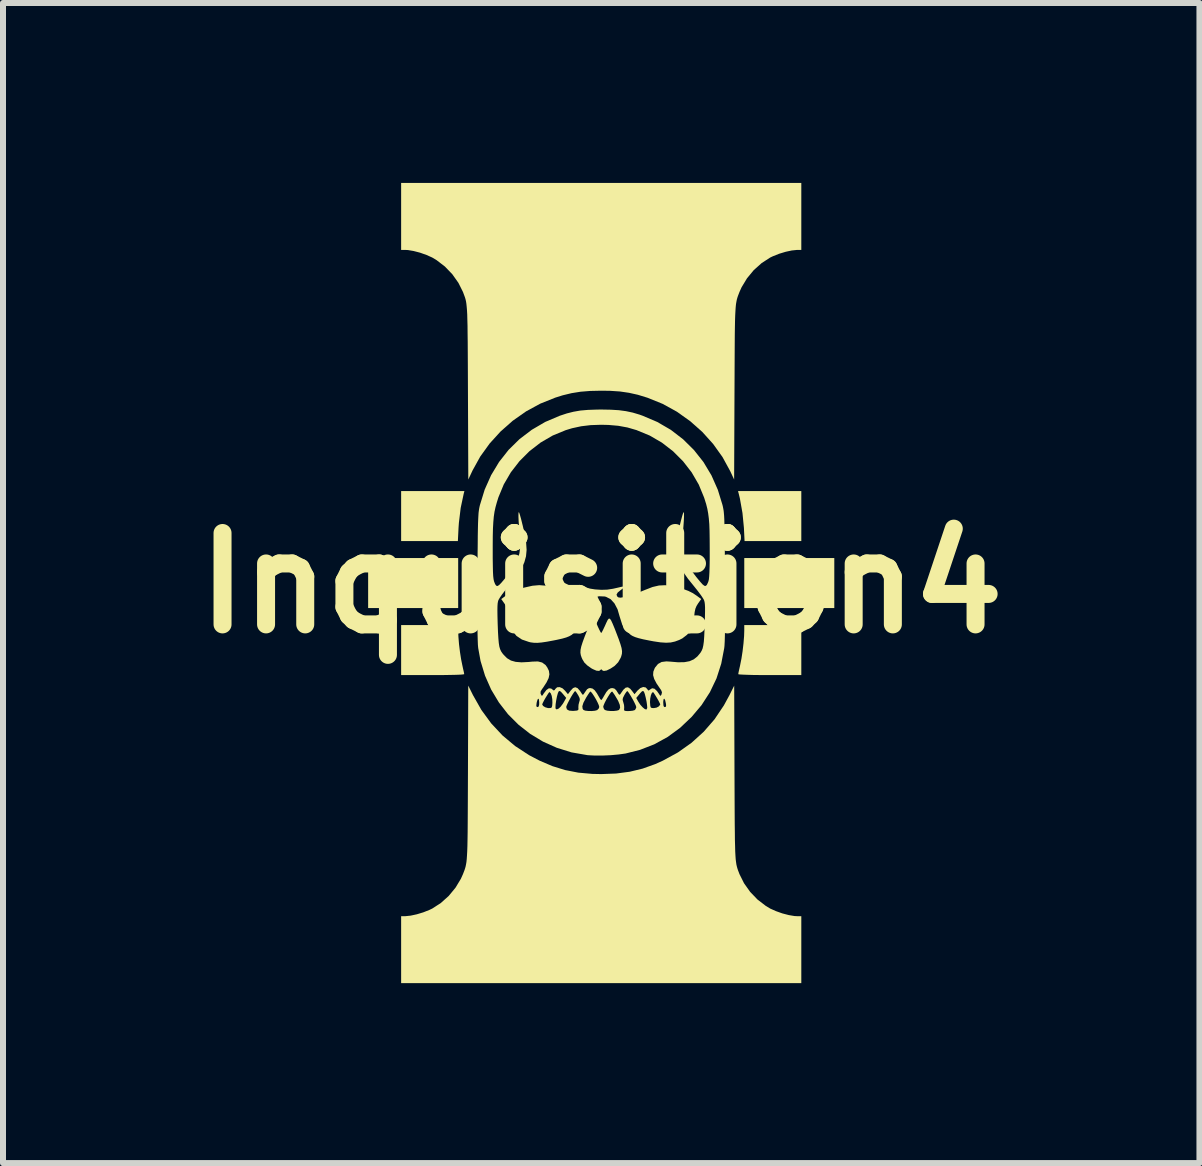
<source format=kicad_pcb>
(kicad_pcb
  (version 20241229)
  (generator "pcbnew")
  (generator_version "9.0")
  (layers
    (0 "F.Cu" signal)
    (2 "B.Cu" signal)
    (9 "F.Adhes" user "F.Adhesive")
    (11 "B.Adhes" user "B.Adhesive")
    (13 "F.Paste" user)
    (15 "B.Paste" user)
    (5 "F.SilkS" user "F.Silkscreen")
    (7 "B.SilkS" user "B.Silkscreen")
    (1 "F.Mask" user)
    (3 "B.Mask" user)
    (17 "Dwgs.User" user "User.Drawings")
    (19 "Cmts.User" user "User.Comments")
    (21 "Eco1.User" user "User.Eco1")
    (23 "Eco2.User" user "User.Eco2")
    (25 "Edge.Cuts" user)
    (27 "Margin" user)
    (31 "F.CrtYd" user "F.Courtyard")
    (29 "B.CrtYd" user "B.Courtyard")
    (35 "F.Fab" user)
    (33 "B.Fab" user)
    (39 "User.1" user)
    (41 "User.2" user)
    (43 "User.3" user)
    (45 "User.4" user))
  (footprint "Inquisition4"
    (layer "F.Cu")
    (at 6.974 6.671)
    (property "Reference" "Inquisition4" (at 0 0 0) (layer "F.SilkS") (effects (font (size 1.524 1.524) (thickness 0.3))))
    (attr board_only exclude_from_pos_files exclude_from_bom)
    (fp_poly (pts (xy -2.385 0.417) (xy -3.886 0.417) (xy -3.886 -0.417) (xy -2.385 -0.417)) (stroke (width 0) (type solid)) (fill yes) (layer "F.SilkS"))
    (fp_poly (pts (xy 3.886 0.417) (xy 2.385 0.417) (xy 2.385 -0.417) (xy 3.886 -0.417)) (stroke (width 0) (type solid)) (fill yes) (layer "F.SilkS"))
    (fp_poly (pts (xy -2.293 -1.488) (xy -2.343 -1.253) (xy -2.373 -1.005) (xy -2.379 -0.921) (xy -2.39 -0.7) (xy -3.336 -0.7) (xy -3.336 -1.534) (xy -2.281 -1.534)) (stroke (width 0) (type solid)) (fill yes) (layer "F.SilkS"))
    (fp_poly (pts (xy 3.336 -0.7) (xy 2.39 -0.7) (xy 2.379 -0.921) (xy 2.355 -1.168) (xy 2.312 -1.41) (xy 2.293 -1.488) (xy 2.281 -1.534) (xy 3.336 -1.534)) (stroke (width 0) (type solid)) (fill yes) (layer "F.SilkS"))
    (fp_poly (pts (xy -2.385 0.79) (xy -2.381 0.895) (xy -2.371 1.019) (xy -2.355 1.149) (xy -2.336 1.271) (xy -2.317 1.365) (xy -2.303 1.43) (xy -2.291 1.482) (xy -2.285 1.514) (xy -2.285 1.519) (xy -2.301 1.523) (xy -2.347 1.527) (xy -2.421 1.53) (xy -2.519 1.532) (xy -2.638 1.534) (xy -2.775 1.534) (xy -2.81 1.534) (xy -3.336 1.534) (xy -3.336 0.7) (xy -2.385 0.7)) (stroke (width 0) (type solid)) (fill yes) (layer "F.SilkS"))
    (fp_poly (pts (xy 3.336 1.534) (xy 2.81 1.534) (xy 2.669 1.534) (xy 2.546 1.533) (xy 2.442 1.53) (xy 2.363 1.527) (xy 2.309 1.524) (xy 2.286 1.52) (xy 2.285 1.519) (xy 2.288 1.497) (xy 2.298 1.45) (xy 2.312 1.389) (xy 2.317 1.365) (xy 2.338 1.26) (xy 2.357 1.136) (xy 2.372 1.007) (xy 2.382 0.884) (xy 2.385 0.79) (xy 2.385 0.7) (xy 3.336 0.7)) (stroke (width 0) (type solid)) (fill yes) (layer "F.SilkS"))
    (fp_poly (pts (xy -0.119 0.6) (xy -0.099 0.631) (xy -0.074 0.685) (xy -0.057 0.725) (xy -0.032 0.778) (xy -0.012 0.817) (xy -0.000429 0.833) (xy 0 0.833) (xy 0.01 0.819) (xy 0.03 0.782) (xy 0.054 0.73) (xy 0.057 0.725) (xy 0.086 0.66) (xy 0.108 0.615) (xy 0.127 0.593) (xy 0.145 0.595) (xy 0.165 0.623) (xy 0.19 0.677) (xy 0.224 0.759) (xy 0.248 0.821) (xy 0.29 0.931) (xy 0.32 1.017) (xy 0.339 1.083) (xy 0.347 1.135) (xy 0.345 1.179) (xy 0.334 1.221) (xy 0.324 1.247) (xy 0.283 1.32) (xy 0.224 1.381) (xy 0.156 1.426) (xy 0.091 1.458) (xy 0.042 1.466) (xy 0.013 1.452) (xy 0.01 1.447) (xy -0.001 1.435) (xy -0.01 1.447) (xy -0.035 1.465) (xy -0.08 1.461) (xy -0.14 1.435) (xy -0.167 1.42) (xy -0.234 1.372) (xy -0.28 1.327) (xy -0.313 1.273) (xy -0.325 1.247) (xy -0.34 1.204) (xy -0.347 1.162) (xy -0.345 1.115) (xy -0.333 1.058) (xy -0.31 0.985) (xy -0.275 0.89) (xy -0.248 0.821) (xy -0.208 0.721) (xy -0.179 0.651) (xy -0.156 0.608) (xy -0.137 0.591)) (stroke (width 0) (type solid)) (fill yes) (layer "F.SilkS"))
    (fp_poly (pts (xy 2.222 3.169) (xy 2.223 3.425) (xy 2.224 3.65) (xy 2.225 3.845) (xy 2.226 4.015) (xy 2.228 4.16) (xy 2.229 4.284) (xy 2.232 4.387) (xy 2.234 4.474) (xy 2.238 4.546) (xy 2.242 4.605) (xy 2.248 4.653) (xy 2.254 4.694) (xy 2.262 4.728) (xy 2.271 4.76) (xy 2.281 4.79) (xy 2.293 4.821) (xy 2.305 4.853) (xy 2.381 5.005) (xy 2.483 5.149) (xy 2.606 5.277) (xy 2.744 5.383) (xy 2.817 5.427) (xy 2.913 5.47) (xy 3.02 5.508) (xy 3.128 5.536) (xy 3.223 5.552) (xy 3.263 5.554) (xy 3.336 5.554) (xy 3.336 6.671) (xy -3.336 6.671) (xy -3.336 5.554) (xy -3.263 5.554) (xy -3.177 5.545) (xy -3.075 5.523) (xy -2.966 5.49) (xy -2.863 5.449) (xy -2.817 5.427) (xy -2.675 5.335) (xy -2.543 5.217) (xy -2.43 5.08) (xy -2.34 4.931) (xy -2.305 4.853) (xy -2.292 4.819) (xy -2.28 4.788) (xy -2.27 4.758) (xy -2.261 4.726) (xy -2.254 4.691) (xy -2.247 4.65) (xy -2.242 4.601) (xy -2.238 4.541) (xy -2.234 4.469) (xy -2.231 4.381) (xy -2.229 4.276) (xy -2.227 4.151) (xy -2.226 4.005) (xy -2.225 3.834) (xy -2.224 3.636) (xy -2.223 3.409) (xy -2.222 3.169) (xy -2.217 1.71) (xy -2.138 1.869) (xy -1.998 2.116) (xy -1.834 2.34) (xy -1.647 2.54) (xy -1.436 2.717) (xy -1.202 2.87) (xy -1.028 2.961) (xy -0.815 3.052) (xy -0.602 3.118) (xy -0.382 3.161) (xy -0.148 3.182) (xy 0 3.185) (xy 0.247 3.176) (xy 0.475 3.146) (xy 0.69 3.094) (xy 0.902 3.018) (xy 1.028 2.961) (xy 1.279 2.824) (xy 1.506 2.663) (xy 1.709 2.479) (xy 1.889 2.272) (xy 2.045 2.04) (xy 2.138 1.869) (xy 2.217 1.71)) (stroke (width 0) (type solid)) (fill yes) (layer "F.SilkS"))
    (fp_poly (pts (xy 3.336 -5.554) (xy 3.263 -5.554) (xy 3.177 -5.545) (xy 3.075 -5.523) (xy 2.966 -5.49) (xy 2.863 -5.449) (xy 2.817 -5.427) (xy 2.675 -5.335) (xy 2.543 -5.217) (xy 2.43 -5.08) (xy 2.34 -4.931) (xy 2.305 -4.853) (xy 2.292 -4.819) (xy 2.28 -4.788) (xy 2.27 -4.758) (xy 2.261 -4.726) (xy 2.254 -4.691) (xy 2.247 -4.65) (xy 2.242 -4.6) (xy 2.238 -4.541) (xy 2.234 -4.468) (xy 2.231 -4.38) (xy 2.229 -4.274) (xy 2.227 -4.149) (xy 2.226 -4.002) (xy 2.225 -3.83) (xy 2.224 -3.632) (xy 2.223 -3.404) (xy 2.222 -3.177) (xy 2.216 -1.726) (xy 2.15 -1.867) (xy 2.022 -2.101) (xy 1.866 -2.319) (xy 1.685 -2.52) (xy 1.482 -2.7) (xy 1.261 -2.857) (xy 1.025 -2.987) (xy 0.776 -3.088) (xy 0.767 -3.091) (xy 0.611 -3.139) (xy 0.463 -3.172) (xy 0.312 -3.194) (xy 0.147 -3.205) (xy 0 -3.207) (xy -0.183 -3.203) (xy -0.344 -3.19) (xy -0.494 -3.166) (xy -0.643 -3.13) (xy -0.767 -3.091) (xy -1.016 -2.991) (xy -1.253 -2.862) (xy -1.475 -2.706) (xy -1.678 -2.527) (xy -1.86 -2.327) (xy -2.017 -2.109) (xy -2.146 -1.876) (xy -2.15 -1.867) (xy -2.216 -1.726) (xy -2.222 -3.177) (xy -2.223 -3.432) (xy -2.224 -3.656) (xy -2.225 -3.851) (xy -2.226 -4.02) (xy -2.228 -4.165) (xy -2.229 -4.287) (xy -2.232 -4.391) (xy -2.234 -4.477) (xy -2.238 -4.548) (xy -2.243 -4.607) (xy -2.248 -4.655) (xy -2.254 -4.695) (xy -2.262 -4.73) (xy -2.271 -4.761) (xy -2.282 -4.791) (xy -2.294 -4.823) (xy -2.305 -4.853) (xy -2.381 -5.005) (xy -2.483 -5.149) (xy -2.606 -5.277) (xy -2.744 -5.383) (xy -2.817 -5.427) (xy -2.913 -5.47) (xy -3.02 -5.508) (xy -3.128 -5.536) (xy -3.223 -5.552) (xy -3.263 -5.554) (xy -3.336 -5.554) (xy -3.336 -6.671) (xy 3.336 -6.671)) (stroke (width 0) (type solid)) (fill yes) (layer "F.SilkS"))
    (fp_poly (pts (xy -0.933 0.043) (xy -0.839 0.071) (xy -0.826 0.077) (xy -0.721 0.12) (xy -0.617 0.16) (xy -0.521 0.194) (xy -0.437 0.221) (xy -0.372 0.24) (xy -0.33 0.247) (xy -0.322 0.247) (xy -0.282 0.232) (xy -0.26 0.211) (xy -0.252 0.187) (xy -0.266 0.164) (xy -0.29 0.144) (xy -0.334 0.11) (xy -0.373 0.078) (xy -0.373 0.078) (xy -0.409 0.047) (xy -0.367 0.057) (xy -0.223 0.087) (xy -0.103 0.106) (xy 0.002 0.113) (xy 0.099 0.11) (xy 0.197 0.095) (xy 0.281 0.076) (xy 0.336 0.063) (xy 0.377 0.056) (xy 0.395 0.056) (xy 0.387 0.069) (xy 0.357 0.093) (xy 0.325 0.117) (xy 0.275 0.158) (xy 0.255 0.193) (xy 0.267 0.224) (xy 0.286 0.239) (xy 0.319 0.244) (xy 0.378 0.235) (xy 0.457 0.215) (xy 0.553 0.184) (xy 0.661 0.143) (xy 0.734 0.113) (xy 0.855 0.066) (xy 0.962 0.041) (xy 1.066 0.036) (xy 1.177 0.05) (xy 1.251 0.066) (xy 1.364 0.098) (xy 1.453 0.131) (xy 1.529 0.169) (xy 1.597 0.215) (xy 1.667 0.267) (xy 1.615 0.34) (xy 1.588 0.384) (xy 1.57 0.428) (xy 1.558 0.483) (xy 1.55 0.555) (xy 1.53 0.681) (xy 1.491 0.782) (xy 1.433 0.861) (xy 1.352 0.923) (xy 1.3 0.949) (xy 1.23 0.975) (xy 1.159 0.991) (xy 1.081 0.995) (xy 0.988 0.989) (xy 0.874 0.972) (xy 0.804 0.959) (xy 0.7 0.938) (xy 0.623 0.919) (xy 0.565 0.901) (xy 0.52 0.881) (xy 0.492 0.864) (xy 0.41 0.79) (xy 0.349 0.69) (xy 0.309 0.564) (xy 0.308 0.561) (xy 0.272 0.437) (xy 0.221 0.34) (xy 0.158 0.27) (xy 0.081 0.23) (xy 0.058 0.224) (xy -0.038 0.22) (xy -0.122 0.248) (xy -0.194 0.305) (xy -0.252 0.391) (xy -0.295 0.505) (xy -0.308 0.561) (xy -0.348 0.687) (xy -0.408 0.788) (xy -0.49 0.862) (xy -0.491 0.863) (xy -0.533 0.887) (xy -0.583 0.907) (xy -0.649 0.926) (xy -0.738 0.946) (xy -0.793 0.957) (xy -0.906 0.978) (xy -0.994 0.991) (xy -1.064 0.997) (xy -1.122 0.996) (xy -1.176 0.989) (xy -1.205 0.982) (xy -1.322 0.942) (xy -1.413 0.881) (xy -1.481 0.798) (xy -1.526 0.691) (xy -1.55 0.558) (xy -1.55 0.555) (xy -1.559 0.479) (xy -1.571 0.425) (xy -1.589 0.381) (xy -1.615 0.34) (xy -1.667 0.267) (xy -1.597 0.215) (xy -1.538 0.175) (xy -1.486 0.144) (xy -1.43 0.12) (xy -1.36 0.097) (xy -1.28 0.075) (xy -1.147 0.045) (xy -1.034 0.035)) (stroke (width 0) (type solid)) (fill yes) (layer "F.SilkS"))
    (fp_poly (pts (xy 0.159 -2.89) (xy 0.293 -2.882) (xy 0.412 -2.866) (xy 0.525 -2.842) (xy 0.639 -2.808) (xy 0.692 -2.789) (xy 0.936 -2.685) (xy 1.161 -2.554) (xy 1.365 -2.397) (xy 1.546 -2.218) (xy 1.705 -2.017) (xy 1.838 -1.795) (xy 1.944 -1.555) (xy 2.022 -1.301) (xy 2.029 -1.271) (xy 2.035 -1.24) (xy 2.041 -1.206) (xy 2.045 -1.167) (xy 2.049 -1.119) (xy 2.052 -1.06) (xy 2.054 -0.986) (xy 2.056 -0.896) (xy 2.058 -0.786) (xy 2.06 -0.653) (xy 2.061 -0.496) (xy 2.062 -0.31) (xy 2.064 -0.109) (xy 2.065 0.151) (xy 2.065 0.378) (xy 2.065 0.574) (xy 2.064 0.737) (xy 2.062 0.87) (xy 2.059 0.973) (xy 2.055 1.047) (xy 2.051 1.084) (xy 2.001 1.344) (xy 1.922 1.59) (xy 1.812 1.82) (xy 1.673 2.035) (xy 1.507 2.232) (xy 1.314 2.415) (xy 1.106 2.567) (xy 0.884 2.689) (xy 0.647 2.781) (xy 0.406 2.842) (xy 0.292 2.858) (xy 0.16 2.87) (xy 0.021 2.876) (xy -0.11 2.876) (xy -0.223 2.87) (xy -0.237 2.868) (xy -0.495 2.823) (xy -0.74 2.747) (xy -0.97 2.644) (xy -1.184 2.515) (xy -1.379 2.362) (xy -1.554 2.187) (xy -1.662 2.048) (xy -1.082 2.048) (xy -1.074 2.065) (xy -1.061 2.068) (xy -1.044 2.06) (xy -1.036 2.033) (xy -1.035 2.024) (xy -0.984 2.024) (xy -0.969 2.049) (xy -0.934 2.071) (xy -0.889 2.084) (xy -0.875 2.085) (xy -0.842 2.083) (xy -0.825 2.073) (xy -0.824 2.069) (xy -0.763 2.069) (xy -0.761 2.094) (xy -0.743 2.107) (xy -0.713 2.095) (xy -0.682 2.067) (xy -0.584 2.067) (xy -0.572 2.106) (xy -0.535 2.127) (xy -0.471 2.132) (xy -0.459 2.131) (xy -0.41 2.127) (xy -0.386 2.119) (xy -0.379 2.102) (xy -0.381 2.079) (xy -0.38 2.054) (xy -0.315 2.054) (xy -0.31 2.096) (xy -0.297 2.115) (xy -0.268 2.127) (xy -0.218 2.133) (xy -0.16 2.134) (xy -0.105 2.129) (xy -0.066 2.118) (xy -0.066 2.117) (xy -0.039 2.088) (xy -0.033 2.064) (xy -0.033 2.064) (xy 0.033 2.064) (xy 0.046 2.101) (xy 0.063 2.117) (xy 0.099 2.128) (xy 0.152 2.133) (xy 0.211 2.133) (xy 0.262 2.127) (xy 0.295 2.117) (xy 0.297 2.115) (xy 0.315 2.08) (xy 0.31 2.032) (xy 0.283 1.966) (xy 0.273 1.948) (xy 0.357 1.948) (xy 0.366 1.982) (xy 0.367 1.984) (xy 0.38 2.032) (xy 0.383 2.071) (xy 0.381 2.106) (xy 0.382 2.122) (xy 0.398 2.131) (xy 0.435 2.135) (xy 0.482 2.133) (xy 0.527 2.128) (xy 0.559 2.118) (xy 0.564 2.115) (xy 0.582 2.081) (xy 0.584 2.067) (xy 0.576 2.041) (xy 0.556 1.998) (xy 0.529 1.945) (xy 0.512 1.916) (xy 0.584 1.916) (xy 0.619 1.979) (xy 0.652 2.029) (xy 0.69 2.071) (xy 0.725 2.1) (xy 0.75 2.109) (xy 0.754 2.108) (xy 0.766 2.086) (xy 0.767 2.073) (xy 0.763 2.027) (xy 0.757 1.985) (xy 0.813 1.985) (xy 0.814 1.997) (xy 0.818 2.048) (xy 0.826 2.074) (xy 0.843 2.083) (xy 0.875 2.085) (xy 0.922 2.077) (xy 0.957 2.059) (xy 0.958 2.058) (xy 0.979 2.034) (xy 0.984 2.024) (xy 0.976 2.003) (xy 0.969 1.99) (xy 1.034 1.99) (xy 1.037 2.039) (xy 1.046 2.063) (xy 1.061 2.068) (xy 1.078 2.062) (xy 1.082 2.037) (xy 1.078 2.007) (xy 1.066 1.954) (xy 1.053 1.929) (xy 1.041 1.933) (xy 1.035 1.968) (xy 1.034 1.99) (xy 0.969 1.99) (xy 0.957 1.965) (xy 0.93 1.918) (xy 0.902 1.872) (xy 0.879 1.836) (xy 0.865 1.818) (xy 0.863 1.818) (xy 0.844 1.833) (xy 0.828 1.872) (xy 0.817 1.926) (xy 0.813 1.985) (xy 0.757 1.985) (xy 0.754 1.968) (xy 0.741 1.906) (xy 0.727 1.851) (xy 0.714 1.816) (xy 0.711 1.811) (xy 0.697 1.799) (xy 0.679 1.806) (xy 0.651 1.835) (xy 0.638 1.851) (xy 0.584 1.916) (xy 0.512 1.916) (xy 0.498 1.891) (xy 0.469 1.844) (xy 0.446 1.811) (xy 0.435 1.801) (xy 0.42 1.814) (xy 0.397 1.848) (xy 0.385 1.869) (xy 0.362 1.915) (xy 0.357 1.948) (xy 0.273 1.948) (xy 0.256 1.919) (xy 0.225 1.867) (xy 0.198 1.828) (xy 0.183 1.809) (xy 0.182 1.809) (xy 0.168 1.817) (xy 0.143 1.848) (xy 0.114 1.894) (xy 0.083 1.947) (xy 0.057 1.998) (xy 0.039 2.041) (xy 0.033 2.064) (xy -0.033 2.064) (xy -0.041 2.035) (xy -0.061 1.99) (xy -0.088 1.938) (xy -0.119 1.886) (xy -0.148 1.842) (xy -0.171 1.814) (xy -0.182 1.809) (xy -0.197 1.826) (xy -0.223 1.865) (xy -0.255 1.916) (xy -0.256 1.919) (xy -0.297 1.996) (xy -0.315 2.054) (xy -0.38 2.054) (xy -0.378 2.028) (xy -0.367 1.984) (xy -0.357 1.95) (xy -0.361 1.917) (xy -0.383 1.872) (xy -0.385 1.869) (xy -0.41 1.829) (xy -0.429 1.805) (xy -0.435 1.801) (xy -0.449 1.815) (xy -0.473 1.85) (xy -0.503 1.899) (xy -0.533 1.954) (xy -0.56 2.006) (xy -0.578 2.047) (xy -0.584 2.067) (xy -0.682 2.067) (xy -0.678 2.063) (xy -0.64 2.013) (xy -0.626 1.99) (xy -0.584 1.915) (xy -0.638 1.85) (xy -0.671 1.813) (xy -0.692 1.799) (xy -0.706 1.805) (xy -0.712 1.811) (xy -0.725 1.843) (xy -0.739 1.895) (xy -0.751 1.958) (xy -0.76 2.019) (xy -0.763 2.069) (xy -0.824 2.069) (xy -0.818 2.047) (xy -0.814 1.997) (xy -0.816 1.937) (xy -0.825 1.882) (xy -0.841 1.839) (xy -0.86 1.819) (xy -0.863 1.818) (xy -0.876 1.831) (xy -0.898 1.865) (xy -0.926 1.91) (xy -0.953 1.957) (xy -0.974 1.998) (xy -0.984 2.022) (xy -0.984 2.024) (xy -1.035 2.024) (xy -1.034 1.99) (xy -1.038 1.943) (xy -1.048 1.927) (xy -1.061 1.941) (xy -1.074 1.984) (xy -1.078 2.007) (xy -1.082 2.048) (xy -1.662 2.048) (xy -1.706 1.991) (xy -1.835 1.776) (xy -1.937 1.545) (xy -2.012 1.299) (xy -2.051 1.084) (xy -2.056 1.032) (xy -2.059 0.952) (xy -2.062 0.842) (xy -2.064 0.702) (xy -2.065 0.531) (xy -2.065 0.328) (xy -2.065 0.093) (xy -2.064 -0.109) (xy -2.062 -0.323) (xy -2.061 -0.507) (xy -2.06 -0.567) (xy -1.809 -0.567) (xy -1.809 -0.411) (xy -1.807 -0.286) (xy -1.805 -0.188) (xy -1.801 -0.115) (xy -1.795 -0.064) (xy -1.788 -0.032) (xy -1.788 -0.031) (xy -1.77 0.016) (xy -1.752 0.043) (xy -1.731 0.05) (xy -1.703 0.034) (xy -1.664 -0.006) (xy -1.61 -0.07) (xy -1.583 -0.103) (xy -1.498 -0.215) (xy -1.435 -0.312) (xy -1.391 -0.403) (xy -1.364 -0.495) (xy -1.351 -0.596) (xy -1.352 -0.713) (xy -1.363 -0.855) (xy -1.363 -0.859) (xy -1.371 -0.948) (xy -1.377 -1.033) (xy -1.38 -1.103) (xy -1.38 -1.15) (xy -1.38 -1.151) (xy -1.378 -1.175) (xy -1.373 -1.182) (xy -1.366 -1.168) (xy -1.354 -1.131) (xy -1.336 -1.067) (xy -1.313 -0.974) (xy -1.311 -0.967) (xy -1.274 -0.807) (xy -1.252 -0.671) (xy -1.244 -0.553) (xy -1.254 -0.446) (xy -1.282 -0.345) (xy -1.331 -0.243) (xy -1.4 -0.135) (xy -1.492 -0.013) (xy -1.551 0.058) (xy -1.605 0.127) (xy -1.654 0.191) (xy -1.691 0.245) (xy -1.712 0.281) (xy -1.713 0.282) (xy -1.721 0.307) (xy -1.727 0.341) (xy -1.73 0.389) (xy -1.731 0.454) (xy -1.73 0.542) (xy -1.727 0.658) (xy -1.726 0.691) (xy -1.721 0.82) (xy -1.715 0.92) (xy -1.708 0.998) (xy -1.699 1.057) (xy -1.686 1.102) (xy -1.669 1.139) (xy -1.646 1.173) (xy -1.626 1.197) (xy -1.57 1.253) (xy -1.505 1.292) (xy -1.427 1.314) (xy -1.33 1.322) (xy -1.21 1.316) (xy -1.15 1.31) (xy -1.056 1.307) (xy -0.985 1.325) (xy -0.929 1.366) (xy -0.9 1.406) (xy -0.872 1.464) (xy -0.864 1.522) (xy -0.877 1.585) (xy -0.912 1.657) (xy -0.97 1.746) (xy -0.986 1.767) (xy -1.01 1.807) (xy -1.012 1.839) (xy -1.006 1.854) (xy -0.994 1.878) (xy -0.983 1.878) (xy -0.965 1.852) (xy -0.959 1.842) (xy -0.914 1.783) (xy -0.873 1.755) (xy -0.834 1.759) (xy -0.811 1.777) (xy -0.79 1.792) (xy -0.774 1.781) (xy -0.767 1.768) (xy -0.736 1.738) (xy -0.692 1.735) (xy -0.644 1.756) (xy -0.604 1.794) (xy -0.555 1.853) (xy -0.51 1.794) (xy -0.47 1.751) (xy -0.433 1.737) (xy -0.395 1.752) (xy -0.354 1.798) (xy -0.323 1.845) (xy -0.31 1.862) (xy -0.297 1.858) (xy -0.277 1.829) (xy -0.267 1.814) (xy -0.236 1.771) (xy -0.205 1.753) (xy -0.183 1.751) (xy -0.145 1.759) (xy -0.109 1.787) (xy -0.072 1.838) (xy -0.042 1.89) (xy -0.02 1.928) (xy -0.003 1.949) (xy 0 1.951) (xy 0.013 1.938) (xy 0.034 1.905) (xy 0.042 1.89) (xy 0.084 1.819) (xy 0.12 1.776) (xy 0.156 1.755) (xy 0.183 1.751) (xy 0.219 1.759) (xy 0.249 1.786) (xy 0.267 1.814) (xy 0.291 1.851) (xy 0.306 1.863) (xy 0.318 1.853) (xy 0.323 1.845) (xy 0.369 1.779) (xy 0.408 1.744) (xy 0.445 1.738) (xy 0.483 1.762) (xy 0.51 1.794) (xy 0.555 1.853) (xy 0.604 1.794) (xy 0.652 1.751) (xy 0.7 1.733) (xy 0.742 1.741) (xy 0.767 1.768) (xy 0.784 1.791) (xy 0.801 1.786) (xy 0.811 1.777) (xy 0.849 1.754) (xy 0.888 1.762) (xy 0.93 1.801) (xy 0.959 1.842) (xy 0.98 1.874) (xy 0.992 1.88) (xy 1.003 1.862) (xy 1.006 1.854) (xy 1.013 1.821) (xy 0.999 1.786) (xy 0.986 1.767) (xy 0.923 1.675) (xy 0.883 1.599) (xy 0.865 1.535) (xy 0.869 1.477) (xy 0.892 1.419) (xy 0.9 1.406) (xy 0.947 1.349) (xy 1.007 1.316) (xy 1.086 1.306) (xy 1.15 1.31) (xy 1.282 1.321) (xy 1.388 1.319) (xy 1.473 1.303) (xy 1.543 1.272) (xy 1.603 1.224) (xy 1.626 1.197) (xy 1.654 1.163) (xy 1.675 1.128) (xy 1.691 1.089) (xy 1.702 1.04) (xy 1.711 0.976) (xy 1.717 0.892) (xy 1.722 0.783) (xy 1.726 0.691) (xy 1.729 0.568) (xy 1.731 0.473) (xy 1.731 0.403) (xy 1.728 0.352) (xy 1.723 0.315) (xy 1.715 0.288) (xy 1.713 0.282) (xy 1.693 0.248) (xy 1.657 0.195) (xy 1.609 0.131) (xy 1.554 0.062) (xy 1.551 0.058) (xy 1.446 -0.072) (xy 1.365 -0.187) (xy 1.305 -0.292) (xy 1.267 -0.392) (xy 1.247 -0.495) (xy 1.246 -0.607) (xy 1.26 -0.733) (xy 1.29 -0.879) (xy 1.311 -0.967) (xy 1.335 -1.062) (xy 1.353 -1.128) (xy 1.365 -1.166) (xy 1.373 -1.182) (xy 1.378 -1.176) (xy 1.38 -1.153) (xy 1.38 -1.151) (xy 1.38 -1.105) (xy 1.377 -1.036) (xy 1.371 -0.951) (xy 1.364 -0.862) (xy 1.363 -0.859) (xy 1.352 -0.716) (xy 1.351 -0.599) (xy 1.363 -0.498) (xy 1.39 -0.406) (xy 1.433 -0.315) (xy 1.496 -0.218) (xy 1.581 -0.106) (xy 1.583 -0.103) (xy 1.644 -0.029) (xy 1.688 0.021) (xy 1.72 0.046) (xy 1.744 0.048) (xy 1.762 0.029) (xy 1.78 -0.009) (xy 1.788 -0.031) (xy 1.795 -0.061) (xy 1.8 -0.111) (xy 1.804 -0.182) (xy 1.807 -0.277) (xy 1.809 -0.4) (xy 1.809 -0.554) (xy 1.809 -0.567) (xy 1.808 -0.731) (xy 1.806 -0.868) (xy 1.802 -0.981) (xy 1.794 -1.077) (xy 1.783 -1.162) (xy 1.769 -1.239) (xy 1.75 -1.315) (xy 1.725 -1.395) (xy 1.715 -1.426) (xy 1.626 -1.642) (xy 1.508 -1.845) (xy 1.364 -2.031) (xy 1.198 -2.197) (xy 1.012 -2.341) (xy 0.809 -2.459) (xy 0.593 -2.548) (xy 0.592 -2.549) (xy 0.437 -2.594) (xy 0.284 -2.622) (xy 0.121 -2.636) (xy 0 -2.639) (xy -0.177 -2.633) (xy -0.335 -2.614) (xy -0.487 -2.581) (xy -0.592 -2.549) (xy -0.808 -2.46) (xy -1.011 -2.342) (xy -1.197 -2.198) (xy -1.363 -2.032) (xy -1.507 -1.846) (xy -1.625 -1.644) (xy -1.715 -1.427) (xy -1.715 -1.426) (xy -1.741 -1.343) (xy -1.762 -1.267) (xy -1.779 -1.19) (xy -1.791 -1.109) (xy -1.799 -1.018) (xy -1.805 -0.912) (xy -1.808 -0.784) (xy -1.809 -0.631) (xy -1.809 -0.567) (xy -2.06 -0.567) (xy -2.059 -0.663) (xy -2.058 -0.794) (xy -2.056 -0.902) (xy -2.054 -0.991) (xy -2.051 -1.064) (xy -2.048 -1.122) (xy -2.045 -1.17) (xy -2.04 -1.209) (xy -2.035 -1.242) (xy -2.029 -1.272) (xy -2.022 -1.301) (xy -1.943 -1.558) (xy -1.836 -1.798) (xy -1.703 -2.019) (xy -1.545 -2.22) (xy -1.363 -2.399) (xy -1.158 -2.555) (xy -0.934 -2.686) (xy -0.692 -2.789) (xy -0.574 -2.828) (xy -0.463 -2.856) (xy -0.348 -2.876) (xy -0.221 -2.887) (xy -0.074 -2.892) (xy 0 -2.893)) (stroke (width 0) (type solid)) (fill yes) (layer "F.SilkS")))
  (gr_rect
    (start -3 -3)
    (end 16.948 16.342)
    (stroke (width 0.1) (type default))
    (fill no)
    (layer "Edge.Cuts")))
</source>
